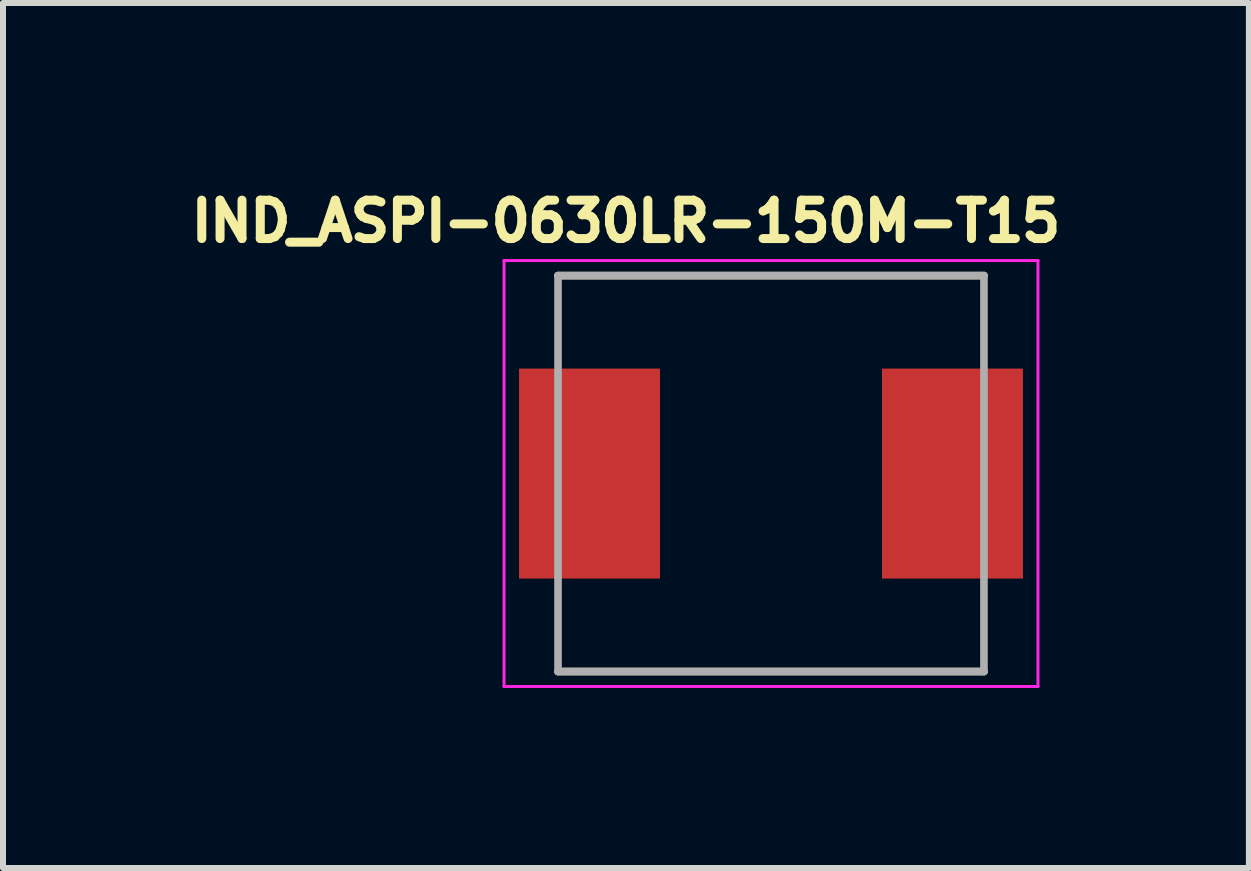
<source format=kicad_pcb>
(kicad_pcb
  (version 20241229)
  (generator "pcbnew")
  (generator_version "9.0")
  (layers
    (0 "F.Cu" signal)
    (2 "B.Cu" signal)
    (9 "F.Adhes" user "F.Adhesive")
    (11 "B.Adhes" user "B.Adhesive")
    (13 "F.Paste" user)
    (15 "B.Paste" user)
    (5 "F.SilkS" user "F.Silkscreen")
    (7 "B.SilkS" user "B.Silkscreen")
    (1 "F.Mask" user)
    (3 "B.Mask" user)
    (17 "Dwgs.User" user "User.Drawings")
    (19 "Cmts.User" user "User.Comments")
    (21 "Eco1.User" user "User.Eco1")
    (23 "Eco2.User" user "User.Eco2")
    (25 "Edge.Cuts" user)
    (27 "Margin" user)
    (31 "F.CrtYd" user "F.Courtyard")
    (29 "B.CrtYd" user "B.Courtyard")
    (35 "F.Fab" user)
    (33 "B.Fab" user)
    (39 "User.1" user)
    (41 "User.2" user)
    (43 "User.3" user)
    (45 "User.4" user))
  (footprint "IND_ASPI-0630LR-150M-T15"
    (layer "F.Cu")
    (at 9.802 4.844)
    (property "Reference" "IND_ASPI-0630LR-150M-T15" (at -2.418 -4.206 0) (layer "F.SilkS") (effects (font (size 0.64 0.64) (thickness 0.15))))
    (attr smd)
    (fp_line (start -3.55 -3.3) (end 3.55 -3.3) (stroke (width 0.127) (type solid)) (layer "F.SilkS"))
    (fp_line (start -3.55 3.3) (end 3.55 3.3) (stroke (width 0.127) (type solid)) (layer "F.SilkS"))
    (fp_line (start -4.45 -3.55) (end -4.45 3.55) (stroke (width 0.05) (type solid)) (layer "F.CrtYd"))
    (fp_line (start -4.45 3.55) (end 4.45 3.55) (stroke (width 0.05) (type solid)) (layer "F.CrtYd"))
    (fp_line (start 4.45 -3.55) (end -4.45 -3.55) (stroke (width 0.05) (type solid)) (layer "F.CrtYd"))
    (fp_line (start 4.45 3.55) (end 4.45 -3.55) (stroke (width 0.05) (type solid)) (layer "F.CrtYd"))
    (fp_line (start -3.55 -3.3) (end -3.55 3.3) (stroke (width 0.127) (type solid)) (layer "F.Fab"))
    (fp_line (start -3.55 -3.3) (end 3.55 -3.3) (stroke (width 0.127) (type solid)) (layer "F.Fab"))
    (fp_line (start -3.55 3.3) (end 3.55 3.3) (stroke (width 0.127) (type solid)) (layer "F.Fab"))
    (fp_line (start 3.55 -3.3) (end 3.55 3.3) (stroke (width 0.127) (type solid)) (layer "F.Fab"))
    (pad "1" smd rect (at -3.025 0) (size 2.35 3.5) (layers "F.Cu" "F.Mask" "F.Paste"))
    (pad "2" smd rect (at 3.025 0) (size 2.35 3.5) (layers "F.Cu" "F.Mask" "F.Paste")))
  (gr_rect
    (start -3 -3)
    (end 17.768 11.419)
    (stroke (width 0.1) (type default))
    (fill no)
    (layer "Edge.Cuts")))
</source>
